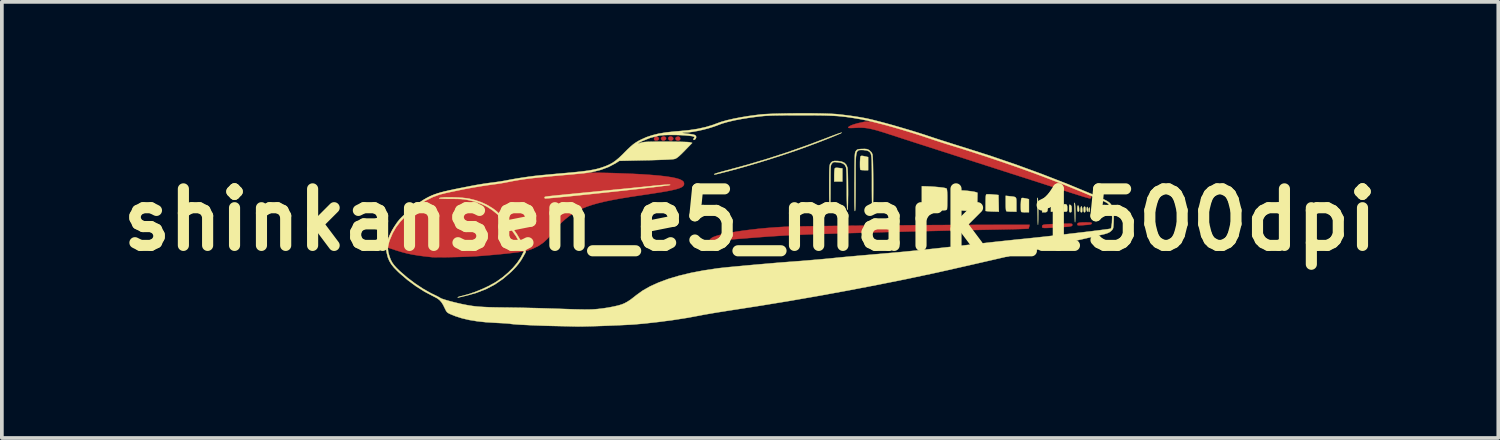
<source format=kicad_pcb>
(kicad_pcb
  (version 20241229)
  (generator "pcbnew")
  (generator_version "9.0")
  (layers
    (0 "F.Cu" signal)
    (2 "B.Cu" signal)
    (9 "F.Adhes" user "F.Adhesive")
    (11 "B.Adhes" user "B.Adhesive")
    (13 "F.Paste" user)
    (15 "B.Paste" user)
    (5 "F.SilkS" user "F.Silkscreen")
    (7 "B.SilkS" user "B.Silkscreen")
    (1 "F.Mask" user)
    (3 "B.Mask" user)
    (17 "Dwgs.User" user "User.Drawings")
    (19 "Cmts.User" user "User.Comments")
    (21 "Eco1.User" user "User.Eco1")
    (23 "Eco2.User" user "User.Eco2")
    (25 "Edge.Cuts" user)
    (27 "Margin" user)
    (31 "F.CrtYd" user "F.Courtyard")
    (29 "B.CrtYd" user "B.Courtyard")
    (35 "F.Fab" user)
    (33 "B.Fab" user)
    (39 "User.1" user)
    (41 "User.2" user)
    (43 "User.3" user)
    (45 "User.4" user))
  (footprint "shinkansen_e5_mark_1500dpi"
    (layer "F.Cu")
    (at 17.17 2.876)
    (property "Reference" "shinkansen_e5_mark_1500dpi" (at 0 0 0) (layer "F.SilkS") (effects (font (size 1.524 1.524) (thickness 0.3))))
    (attr through_hole)
    (fp_poly (pts (xy -2.29 -2.238) (xy -2.266 -2.214) (xy -2.264 -2.183) (xy -2.279 -2.159) (xy -2.322 -2.136) (xy -2.366 -2.141) (xy -2.384 -2.154) (xy -2.403 -2.19) (xy -2.389 -2.222) (xy -2.37 -2.236) (xy -2.327 -2.247) (xy -2.29 -2.238)) (stroke (width 0.01) (type solid)) (fill yes) (layer "F.Cu"))
    (fp_poly (pts (xy -2.1 -2.236) (xy -2.07 -2.207) (xy -2.072 -2.172) (xy -2.086 -2.154) (xy -2.126 -2.135) (xy -2.171 -2.144) (xy -2.191 -2.159) (xy -2.208 -2.193) (xy -2.199 -2.222) (xy -2.171 -2.242) (xy -2.131 -2.246) (xy -2.1 -2.236)) (stroke (width 0.01) (type solid)) (fill yes) (layer "F.Cu"))
    (fp_poly (pts (xy -1.893 -2.226) (xy -1.88 -2.185) (xy -1.88 -2.184) (xy -1.893 -2.153) (xy -1.927 -2.136) (xy -1.966 -2.137) (xy -1.995 -2.154) (xy -2.014 -2.189) (xy -2 -2.221) (xy -1.973 -2.238) (xy -1.928 -2.245) (xy -1.893 -2.226)) (stroke (width 0.01) (type solid)) (fill yes) (layer "F.Cu"))
    (fp_poly (pts (xy -2.497 -2.238) (xy -2.463 -2.212) (xy -2.457 -2.182) (xy -2.472 -2.155) (xy -2.505 -2.139) (xy -2.549 -2.138) (xy -2.57 -2.145) (xy -2.588 -2.167) (xy -2.587 -2.202) (xy -2.566 -2.235) (xy -2.565 -2.236) (xy -2.535 -2.248) (xy -2.497 -2.238)) (stroke (width 0.01) (type solid)) (fill yes) (layer "F.Cu"))
    (fp_poly (pts (xy 9.131 0.069) (xy 9.178 0.072) (xy 9.203 0.079) (xy 9.212 0.091) (xy 9.212 0.093) (xy 9.208 0.107) (xy 9.192 0.118) (xy 9.16 0.127) (xy 9.106 0.134) (xy 9.025 0.14) (xy 8.979 0.144) (xy 8.905 0.148) (xy 8.859 0.148) (xy 8.834 0.145) (xy 8.824 0.135) (xy 8.822 0.121) (xy 8.828 0.099) (xy 8.848 0.084) (xy 8.888 0.075) (xy 8.951 0.07) (xy 9.043 0.068) (xy 9.055 0.068) (xy 9.131 0.069)) (stroke (width 0.01) (type solid)) (fill yes) (layer "F.Cu"))
    (fp_poly (pts (xy 8.642 0.103) (xy 8.668 0.107) (xy 8.681 0.113) (xy 8.686 0.122) (xy 8.687 0.133) (xy 8.686 0.148) (xy 8.68 0.16) (xy 8.664 0.169) (xy 8.636 0.176) (xy 8.591 0.183) (xy 8.524 0.189) (xy 8.431 0.195) (xy 8.309 0.202) (xy 8.306 0.202) (xy 8.174 0.21) (xy 8.072 0.216) (xy 7.997 0.219) (xy 7.943 0.22) (xy 7.908 0.217) (xy 7.887 0.212) (xy 7.877 0.204) (xy 7.874 0.192) (xy 7.874 0.179) (xy 7.875 0.162) (xy 7.882 0.149) (xy 7.897 0.139) (xy 7.924 0.131) (xy 7.968 0.125) (xy 8.032 0.12) (xy 8.12 0.116) (xy 8.236 0.112) (xy 8.327 0.109) (xy 8.446 0.105) (xy 8.535 0.103) (xy 8.599 0.102) (xy 8.642 0.103)) (stroke (width 0.01) (type solid)) (fill yes) (layer "F.Cu"))
    (fp_poly (pts (xy 7.536 0.135) (xy 7.525 0.182) (xy 7.514 0.219) (xy 7.507 0.237) (xy 7.489 0.239) (xy 7.441 0.242) (xy 7.366 0.244) (xy 7.27 0.248) (xy 7.155 0.251) (xy 7.026 0.254) (xy 6.895 0.257) (xy 6.552 0.264) (xy 6.198 0.271) (xy 5.834 0.279) (xy 5.465 0.287) (xy 5.094 0.296) (xy 4.724 0.305) (xy 4.358 0.313) (xy 3.999 0.322) (xy 3.651 0.331) (xy 3.316 0.34) (xy 2.999 0.349) (xy 2.701 0.357) (xy 2.427 0.365) (xy 2.18 0.373) (xy 1.962 0.38) (xy 1.905 0.382) (xy 1.587 0.393) (xy 1.296 0.405) (xy 1.025 0.418) (xy 0.766 0.433) (xy 0.513 0.449) (xy 0.258 0.468) (xy -0.005 0.489) (xy -0.025 0.49) (xy -0.148 0.501) (xy -0.271 0.51) (xy -0.385 0.519) (xy -0.483 0.527) (xy -0.558 0.532) (xy -0.576 0.533) (xy -0.66 0.538) (xy -0.743 0.543) (xy -0.812 0.548) (xy -0.83 0.549) (xy -0.902 0.55) (xy -0.977 0.547) (xy -1.005 0.544) (xy -1.087 0.533) (xy -1.047 0.497) (xy -0.999 0.468) (xy -0.92 0.438) (xy -0.813 0.407) (xy -0.681 0.376) (xy -0.528 0.346) (xy -0.356 0.317) (xy -0.168 0.289) (xy 0.033 0.264) (xy 0.243 0.24) (xy 0.459 0.22) (xy 0.68 0.203) (xy 0.901 0.19) (xy 0.974 0.186) (xy 1.041 0.184) (xy 1.14 0.181) (xy 1.268 0.179) (xy 1.423 0.176) (xy 1.602 0.173) (xy 1.804 0.171) (xy 2.026 0.168) (xy 2.265 0.165) (xy 2.52 0.162) (xy 2.787 0.159) (xy 3.065 0.157) (xy 3.352 0.154) (xy 3.644 0.151) (xy 3.941 0.149) (xy 4.238 0.147) (xy 4.535 0.144) (xy 4.828 0.142) (xy 5.116 0.141) (xy 5.395 0.139) (xy 5.665 0.138) (xy 5.922 0.137) (xy 6.164 0.136) (xy 6.388 0.136) (xy 6.566 0.135) (xy 7.536 0.135)) (stroke (width 0.01) (type solid)) (fill yes) (layer "F.Cu"))
    (fp_poly (pts (xy 3.337 -2.642) (xy 3.451 -2.625) (xy 3.582 -2.597) (xy 3.734 -2.56) (xy 3.91 -2.511) (xy 4.11 -2.452) (xy 4.339 -2.38) (xy 4.472 -2.338) (xy 4.904 -2.197) (xy 5.306 -2.066) (xy 5.679 -1.945) (xy 6.023 -1.832) (xy 6.342 -1.727) (xy 6.635 -1.63) (xy 6.905 -1.54) (xy 7.153 -1.456) (xy 7.381 -1.378) (xy 7.59 -1.306) (xy 7.781 -1.239) (xy 7.956 -1.177) (xy 8.117 -1.118) (xy 8.265 -1.063) (xy 8.402 -1.011) (xy 8.528 -0.961) (xy 8.646 -0.914) (xy 8.756 -0.867) (xy 8.862 -0.822) (xy 8.963 -0.777) (xy 8.979 -0.769) (xy 9.065 -0.73) (xy 9.124 -0.701) (xy 9.162 -0.679) (xy 9.183 -0.661) (xy 9.193 -0.644) (xy 9.195 -0.624) (xy 9.195 -0.623) (xy 9.19 -0.589) (xy 9.169 -0.578) (xy 9.157 -0.577) (xy 9.132 -0.583) (xy 9.079 -0.598) (xy 9.002 -0.62) (xy 8.905 -0.65) (xy 8.791 -0.686) (xy 8.664 -0.726) (xy 8.543 -0.765) (xy 8.386 -0.815) (xy 8.205 -0.873) (xy 8.01 -0.936) (xy 7.809 -1.001) (xy 7.61 -1.065) (xy 7.423 -1.125) (xy 7.307 -1.162) (xy 7.029 -1.251) (xy 6.726 -1.349) (xy 6.405 -1.452) (xy 6.072 -1.559) (xy 5.736 -1.667) (xy 5.402 -1.775) (xy 5.078 -1.879) (xy 4.771 -1.978) (xy 4.724 -1.993) (xy 4.571 -2.042) (xy 4.403 -2.096) (xy 4.228 -2.153) (xy 4.058 -2.208) (xy 3.902 -2.259) (xy 3.793 -2.294) (xy 3.625 -2.349) (xy 3.484 -2.392) (xy 3.364 -2.426) (xy 3.262 -2.451) (xy 3.172 -2.469) (xy 3.09 -2.479) (xy 3.01 -2.484) (xy 2.927 -2.484) (xy 2.847 -2.48) (xy 2.758 -2.476) (xy 2.698 -2.475) (xy 2.663 -2.477) (xy 2.647 -2.483) (xy 2.645 -2.492) (xy 2.669 -2.517) (xy 2.724 -2.546) (xy 2.804 -2.575) (xy 2.908 -2.604) (xy 3.031 -2.631) (xy 3.084 -2.642) (xy 3.157 -2.65) (xy 3.24 -2.651) (xy 3.337 -2.642)) (stroke (width 0.01) (type solid)) (fill yes) (layer "F.Cu"))
    (fp_poly (pts (xy -4.006 -1.267) (xy -3.841 -1.264) (xy -3.659 -1.259) (xy -3.495 -1.253) (xy -3.186 -1.241) (xy -2.91 -1.227) (xy -2.667 -1.21) (xy -2.455 -1.192) (xy -2.273 -1.171) (xy -2.121 -1.148) (xy -1.999 -1.123) (xy -1.904 -1.095) (xy -1.838 -1.064) (xy -1.797 -1.031) (xy -1.784 -1.006) (xy -1.779 -0.973) (xy -1.783 -0.943) (xy -1.798 -0.916) (xy -1.825 -0.891) (xy -1.868 -0.868) (xy -1.927 -0.845) (xy -2.006 -0.822) (xy -2.106 -0.799) (xy -2.23 -0.774) (xy -2.38 -0.748) (xy -2.557 -0.72) (xy -2.763 -0.688) (xy -2.955 -0.66) (xy -3.24 -0.617) (xy -3.495 -0.575) (xy -3.721 -0.533) (xy -3.922 -0.492) (xy -4.101 -0.448) (xy -4.259 -0.403) (xy -4.401 -0.355) (xy -4.528 -0.303) (xy -4.644 -0.247) (xy -4.752 -0.185) (xy -4.853 -0.118) (xy -4.883 -0.096) (xy -4.993 -0.009) (xy -5.094 0.083) (xy -5.192 0.187) (xy -5.295 0.31) (xy -5.341 0.37) (xy -5.455 0.504) (xy -5.571 0.612) (xy -5.699 0.7) (xy -5.845 0.772) (xy -5.994 0.827) (xy -6.051 0.841) (xy -6.14 0.856) (xy -6.257 0.873) (xy -6.401 0.891) (xy -6.569 0.91) (xy -6.759 0.929) (xy -6.968 0.948) (xy -7.193 0.967) (xy -7.281 0.974) (xy -7.379 0.981) (xy -7.496 0.987) (xy -7.628 0.993) (xy -7.769 0.998) (xy -7.914 1.003) (xy -8.058 1.006) (xy -8.195 1.009) (xy -8.32 1.01) (xy -8.428 1.01) (xy -8.514 1.009) (xy -8.571 1.007) (xy -8.577 1.006) (xy -8.78 0.984) (xy -8.957 0.96) (xy -9.114 0.934) (xy -9.259 0.903) (xy -9.399 0.866) (xy -9.541 0.823) (xy -9.557 0.818) (xy -9.792 0.74) (xy -9.782 0.659) (xy -9.76 0.552) (xy -9.721 0.435) (xy -9.67 0.321) (xy -9.626 0.244) (xy -9.589 0.195) (xy -9.531 0.128) (xy -9.459 0.049) (xy -9.376 -0.038) (xy -9.289 -0.127) (xy -9.201 -0.214) (xy -9.117 -0.293) (xy -9.044 -0.359) (xy -8.985 -0.407) (xy -8.983 -0.408) (xy -8.79 -0.538) (xy -8.593 -0.64) (xy -8.382 -0.718) (xy -8.289 -0.744) (xy -8.22 -0.76) (xy -8.122 -0.78) (xy -7.998 -0.803) (xy -7.852 -0.83) (xy -7.688 -0.859) (xy -7.51 -0.889) (xy -7.322 -0.921) (xy -7.127 -0.953) (xy -6.929 -0.984) (xy -6.732 -1.015) (xy -6.541 -1.045) (xy -6.359 -1.072) (xy -6.189 -1.097) (xy -6.036 -1.119) (xy -5.903 -1.136) (xy -5.795 -1.149) (xy -5.783 -1.15) (xy -5.528 -1.177) (xy -5.302 -1.2) (xy -5.101 -1.22) (xy -4.92 -1.235) (xy -4.755 -1.248) (xy -4.601 -1.257) (xy -4.453 -1.264) (xy -4.308 -1.267) (xy -4.161 -1.268) (xy -4.006 -1.267)) (stroke (width 0.01) (type solid)) (fill yes) (layer "F.Cu"))
    (fp_poly (pts (xy -2.29 -2.238) (xy -2.266 -2.214) (xy -2.264 -2.183) (xy -2.279 -2.159) (xy -2.322 -2.136) (xy -2.366 -2.141) (xy -2.384 -2.154) (xy -2.403 -2.19) (xy -2.389 -2.222) (xy -2.37 -2.236) (xy -2.327 -2.247) (xy -2.29 -2.238)) (stroke (width 0.01) (type solid)) (fill yes) (layer "F.Mask"))
    (fp_poly (pts (xy -2.1 -2.236) (xy -2.07 -2.207) (xy -2.072 -2.172) (xy -2.086 -2.154) (xy -2.126 -2.135) (xy -2.171 -2.144) (xy -2.191 -2.159) (xy -2.208 -2.193) (xy -2.199 -2.222) (xy -2.171 -2.242) (xy -2.131 -2.246) (xy -2.1 -2.236)) (stroke (width 0.01) (type solid)) (fill yes) (layer "F.Mask"))
    (fp_poly (pts (xy -1.893 -2.226) (xy -1.88 -2.185) (xy -1.88 -2.184) (xy -1.893 -2.153) (xy -1.927 -2.136) (xy -1.966 -2.137) (xy -1.995 -2.154) (xy -2.014 -2.189) (xy -2 -2.221) (xy -1.973 -2.238) (xy -1.928 -2.245) (xy -1.893 -2.226)) (stroke (width 0.01) (type solid)) (fill yes) (layer "F.Mask"))
    (fp_poly (pts (xy -2.497 -2.238) (xy -2.463 -2.212) (xy -2.457 -2.182) (xy -2.472 -2.155) (xy -2.505 -2.139) (xy -2.549 -2.138) (xy -2.57 -2.145) (xy -2.588 -2.167) (xy -2.587 -2.202) (xy -2.566 -2.235) (xy -2.565 -2.236) (xy -2.535 -2.248) (xy -2.497 -2.238)) (stroke (width 0.01) (type solid)) (fill yes) (layer "F.Mask"))
    (fp_poly (pts (xy 9.131 0.069) (xy 9.178 0.072) (xy 9.203 0.079) (xy 9.212 0.091) (xy 9.212 0.093) (xy 9.208 0.107) (xy 9.192 0.118) (xy 9.16 0.127) (xy 9.106 0.134) (xy 9.025 0.14) (xy 8.979 0.144) (xy 8.905 0.148) (xy 8.859 0.148) (xy 8.834 0.145) (xy 8.824 0.135) (xy 8.822 0.121) (xy 8.828 0.099) (xy 8.848 0.084) (xy 8.888 0.075) (xy 8.951 0.07) (xy 9.043 0.068) (xy 9.055 0.068) (xy 9.131 0.069)) (stroke (width 0.01) (type solid)) (fill yes) (layer "F.Mask"))
    (fp_poly (pts (xy 8.642 0.103) (xy 8.668 0.107) (xy 8.681 0.113) (xy 8.686 0.122) (xy 8.687 0.133) (xy 8.686 0.148) (xy 8.68 0.16) (xy 8.664 0.169) (xy 8.636 0.176) (xy 8.591 0.183) (xy 8.524 0.189) (xy 8.431 0.195) (xy 8.309 0.202) (xy 8.306 0.202) (xy 8.174 0.21) (xy 8.072 0.216) (xy 7.997 0.219) (xy 7.943 0.22) (xy 7.908 0.217) (xy 7.887 0.212) (xy 7.877 0.204) (xy 7.874 0.192) (xy 7.874 0.179) (xy 7.875 0.162) (xy 7.882 0.149) (xy 7.897 0.139) (xy 7.924 0.131) (xy 7.968 0.125) (xy 8.032 0.12) (xy 8.12 0.116) (xy 8.236 0.112) (xy 8.327 0.109) (xy 8.446 0.105) (xy 8.535 0.103) (xy 8.599 0.102) (xy 8.642 0.103)) (stroke (width 0.01) (type solid)) (fill yes) (layer "F.Mask"))
    (fp_poly (pts (xy 7.536 0.135) (xy 7.525 0.182) (xy 7.514 0.219) (xy 7.507 0.237) (xy 7.489 0.239) (xy 7.441 0.242) (xy 7.366 0.244) (xy 7.27 0.248) (xy 7.155 0.251) (xy 7.026 0.254) (xy 6.895 0.257) (xy 6.552 0.264) (xy 6.198 0.271) (xy 5.834 0.279) (xy 5.465 0.287) (xy 5.094 0.296) (xy 4.724 0.305) (xy 4.358 0.313) (xy 3.999 0.322) (xy 3.651 0.331) (xy 3.316 0.34) (xy 2.999 0.349) (xy 2.701 0.357) (xy 2.427 0.365) (xy 2.18 0.373) (xy 1.962 0.38) (xy 1.905 0.382) (xy 1.587 0.393) (xy 1.296 0.405) (xy 1.025 0.418) (xy 0.766 0.433) (xy 0.513 0.449) (xy 0.258 0.468) (xy -0.005 0.489) (xy -0.025 0.49) (xy -0.148 0.501) (xy -0.271 0.51) (xy -0.385 0.519) (xy -0.483 0.527) (xy -0.558 0.532) (xy -0.576 0.533) (xy -0.66 0.538) (xy -0.743 0.543) (xy -0.812 0.548) (xy -0.83 0.549) (xy -0.902 0.55) (xy -0.977 0.547) (xy -1.005 0.544) (xy -1.087 0.533) (xy -1.047 0.497) (xy -0.999 0.468) (xy -0.92 0.438) (xy -0.813 0.407) (xy -0.681 0.376) (xy -0.528 0.346) (xy -0.356 0.317) (xy -0.168 0.289) (xy 0.033 0.264) (xy 0.243 0.24) (xy 0.459 0.22) (xy 0.68 0.203) (xy 0.901 0.19) (xy 0.974 0.186) (xy 1.041 0.184) (xy 1.14 0.181) (xy 1.268 0.179) (xy 1.423 0.176) (xy 1.602 0.173) (xy 1.804 0.171) (xy 2.026 0.168) (xy 2.265 0.165) (xy 2.52 0.162) (xy 2.787 0.159) (xy 3.065 0.157) (xy 3.352 0.154) (xy 3.644 0.151) (xy 3.941 0.149) (xy 4.238 0.147) (xy 4.535 0.144) (xy 4.828 0.142) (xy 5.116 0.141) (xy 5.395 0.139) (xy 5.665 0.138) (xy 5.922 0.137) (xy 6.164 0.136) (xy 6.388 0.136) (xy 6.566 0.135) (xy 7.536 0.135)) (stroke (width 0.01) (type solid)) (fill yes) (layer "F.Mask"))
    (fp_poly (pts (xy 8.399 -0.22) (xy 8.296 -0.22) (xy 8.301 -0.326) (xy 8.304 -0.384) (xy 8.311 -0.416) (xy 8.324 -0.431) (xy 8.348 -0.437) (xy 8.352 -0.437) (xy 8.399 -0.443) (xy 8.399 -0.22)) (stroke (width 0.01) (type solid)) (fill yes) (layer "F.SilkS"))
    (fp_poly (pts (xy 2.394 -1.398) (xy 2.489 -1.386) (xy 2.489 -1.033) (xy 2.269 -1.033) (xy 2.269 -1.198) (xy 2.271 -1.271) (xy 2.275 -1.333) (xy 2.281 -1.375) (xy 2.284 -1.386) (xy 2.303 -1.4) (xy 2.339 -1.403) (xy 2.394 -1.398)) (stroke (width 0.01) (type solid)) (fill yes) (layer "F.SilkS"))
    (fp_poly (pts (xy 8.852 -0.379) (xy 8.865 -0.342) (xy 8.87 -0.299) (xy 8.871 -0.249) (xy 8.863 -0.226) (xy 8.849 -0.22) (xy 8.832 -0.228) (xy 8.824 -0.257) (xy 8.822 -0.306) (xy 8.827 -0.362) (xy 8.838 -0.386) (xy 8.852 -0.379)) (stroke (width 0.01) (type solid)) (fill yes) (layer "F.SilkS"))
    (fp_poly (pts (xy 8.943 -0.349) (xy 8.952 -0.31) (xy 8.954 -0.284) (xy 8.955 -0.234) (xy 8.949 -0.209) (xy 8.932 -0.203) (xy 8.916 -0.21) (xy 8.909 -0.235) (xy 8.91 -0.284) (xy 8.916 -0.331) (xy 8.926 -0.36) (xy 8.932 -0.364) (xy 8.943 -0.349)) (stroke (width 0.01) (type solid)) (fill yes) (layer "F.SilkS"))
    (fp_poly (pts (xy 9.034 -0.346) (xy 9.041 -0.312) (xy 9.042 -0.279) (xy 9.039 -0.229) (xy 9.028 -0.206) (xy 9.017 -0.203) (xy 9 -0.213) (xy 8.993 -0.247) (xy 8.992 -0.279) (xy 8.995 -0.33) (xy 9.006 -0.353) (xy 9.017 -0.356) (xy 9.034 -0.346)) (stroke (width 0.01) (type solid)) (fill yes) (layer "F.SilkS"))
    (fp_poly (pts (xy 9.093 -0.347) (xy 9.105 -0.325) (xy 9.11 -0.284) (xy 9.11 -0.278) (xy 9.106 -0.24) (xy 9.095 -0.221) (xy 9.093 -0.22) (xy 9.083 -0.235) (xy 9.077 -0.273) (xy 9.076 -0.289) (xy 9.08 -0.332) (xy 9.089 -0.348) (xy 9.093 -0.347)) (stroke (width 0.01) (type solid)) (fill yes) (layer "F.SilkS"))
    (fp_poly (pts (xy 9.156 -0.323) (xy 9.161 -0.289) (xy 9.161 -0.281) (xy 9.157 -0.239) (xy 9.146 -0.213) (xy 9.144 -0.212) (xy 9.132 -0.219) (xy 9.127 -0.253) (xy 9.127 -0.26) (xy 9.131 -0.303) (xy 9.142 -0.329) (xy 9.144 -0.33) (xy 9.156 -0.323)) (stroke (width 0.01) (type solid)) (fill yes) (layer "F.SilkS"))
    (fp_poly (pts (xy 8.186 -0.467) (xy 8.21 -0.46) (xy 8.223 -0.446) (xy 8.228 -0.418) (xy 8.227 -0.368) (xy 8.226 -0.342) (xy 8.221 -0.229) (xy 8.166 -0.223) (xy 8.111 -0.218) (xy 8.111 -0.325) (xy 8.114 -0.4) (xy 8.124 -0.446) (xy 8.143 -0.468) (xy 8.174 -0.47) (xy 8.186 -0.467)) (stroke (width 0.01) (type solid)) (fill yes) (layer "F.SilkS"))
    (fp_poly (pts (xy 8.522 -0.414) (xy 8.525 -0.413) (xy 8.541 -0.396) (xy 8.55 -0.357) (xy 8.551 -0.311) (xy 8.55 -0.259) (xy 8.545 -0.232) (xy 8.529 -0.222) (xy 8.501 -0.22) (xy 8.45 -0.22) (xy 8.45 -0.322) (xy 8.452 -0.383) (xy 8.462 -0.415) (xy 8.484 -0.424) (xy 8.522 -0.414)) (stroke (width 0.01) (type solid)) (fill yes) (layer "F.SilkS"))
    (fp_poly (pts (xy 8.643 -0.398) (xy 8.663 -0.368) (xy 8.67 -0.311) (xy 8.67 -0.295) (xy 8.668 -0.241) (xy 8.662 -0.214) (xy 8.647 -0.204) (xy 8.636 -0.203) (xy 8.617 -0.207) (xy 8.607 -0.223) (xy 8.603 -0.26) (xy 8.602 -0.305) (xy 8.603 -0.358) (xy 8.606 -0.395) (xy 8.609 -0.406) (xy 8.643 -0.398)) (stroke (width 0.01) (type solid)) (fill yes) (layer "F.SilkS"))
    (fp_poly (pts (xy 7.956 -0.498) (xy 7.964 -0.497) (xy 8.026 -0.487) (xy 8.026 -0.383) (xy 8.024 -0.303) (xy 8.018 -0.251) (xy 8.004 -0.22) (xy 7.979 -0.207) (xy 7.942 -0.203) (xy 7.94 -0.203) (xy 7.874 -0.203) (xy 7.874 -0.346) (xy 7.876 -0.412) (xy 7.88 -0.465) (xy 7.886 -0.494) (xy 7.888 -0.498) (xy 7.913 -0.501) (xy 7.956 -0.498)) (stroke (width 0.01) (type solid)) (fill yes) (layer "F.SilkS"))
    (fp_poly (pts (xy 3.063 -1.718) (xy 3.089 -1.712) (xy 3.183 -1.691) (xy 3.183 -1.338) (xy 3.085 -1.338) (xy 3.03 -1.34) (xy 2.989 -1.344) (xy 2.975 -1.349) (xy 2.969 -1.371) (xy 2.965 -1.418) (xy 2.964 -1.481) (xy 2.964 -1.55) (xy 2.967 -1.616) (xy 2.971 -1.671) (xy 2.977 -1.705) (xy 2.979 -1.709) (xy 2.993 -1.722) (xy 3.018 -1.725) (xy 3.063 -1.718)) (stroke (width 0.01) (type solid)) (fill yes) (layer "F.SilkS"))
    (fp_poly (pts (xy 6.45 -0.689) (xy 6.516 -0.685) (xy 6.546 -0.682) (xy 6.697 -0.669) (xy 6.702 -0.445) (xy 6.707 -0.22) (xy 6.583 -0.223) (xy 6.513 -0.225) (xy 6.449 -0.229) (xy 6.405 -0.232) (xy 6.35 -0.239) (xy 6.35 -0.459) (xy 6.351 -0.554) (xy 6.354 -0.621) (xy 6.359 -0.662) (xy 6.367 -0.683) (xy 6.373 -0.687) (xy 6.399 -0.69) (xy 6.45 -0.689)) (stroke (width 0.01) (type solid)) (fill yes) (layer "F.SilkS"))
    (fp_poly (pts (xy 7.398 -0.583) (xy 7.424 -0.578) (xy 7.518 -0.556) (xy 7.518 -0.203) (xy 7.42 -0.203) (xy 7.364 -0.205) (xy 7.324 -0.21) (xy 7.31 -0.214) (xy 7.304 -0.237) (xy 7.3 -0.284) (xy 7.299 -0.347) (xy 7.299 -0.416) (xy 7.302 -0.482) (xy 7.306 -0.536) (xy 7.312 -0.57) (xy 7.314 -0.575) (xy 7.328 -0.587) (xy 7.353 -0.59) (xy 7.398 -0.583)) (stroke (width 0.01) (type solid)) (fill yes) (layer "F.SilkS"))
    (fp_poly (pts (xy 6.998 -0.636) (xy 7.074 -0.628) (xy 7.126 -0.619) (xy 7.157 -0.605) (xy 7.173 -0.577) (xy 7.179 -0.531) (xy 7.18 -0.461) (xy 7.18 -0.413) (xy 7.18 -0.22) (xy 7.057 -0.221) (xy 6.994 -0.223) (xy 6.942 -0.227) (xy 6.914 -0.231) (xy 6.913 -0.231) (xy 6.903 -0.247) (xy 6.897 -0.286) (xy 6.893 -0.352) (xy 6.892 -0.444) (xy 6.892 -0.648) (xy 6.998 -0.636)) (stroke (width 0.01) (type solid)) (fill yes) (layer "F.SilkS"))
    (fp_poly (pts (xy 8.751 -0.456) (xy 8.755 -0.445) (xy 8.761 -0.408) (xy 8.765 -0.344) (xy 8.768 -0.26) (xy 8.768 -0.162) (xy 8.767 -0.115) (xy 8.765 -0.033) (xy 8.763 0.026) (xy 8.761 0.059) (xy 8.76 0.064) (xy 8.758 0.041) (xy 8.756 -0.026) (xy 8.753 -0.114) (xy 8.749 -0.211) (xy 8.746 -0.289) (xy 8.743 -0.376) (xy 8.743 -0.431) (xy 8.745 -0.457) (xy 8.751 -0.456)) (stroke (width 0.01) (type solid)) (fill yes) (layer "F.SilkS"))
    (fp_poly (pts (xy 7.753 -0.584) (xy 7.756 -0.572) (xy 7.761 -0.531) (xy 7.765 -0.463) (xy 7.767 -0.374) (xy 7.769 -0.269) (xy 7.769 -0.156) (xy 7.768 -0.115) (xy 7.767 -0.017) (xy 7.765 0.059) (xy 7.763 0.11) (xy 7.762 0.133) (xy 7.76 0.127) (xy 7.759 0.102) (xy 7.757 0.028) (xy 7.755 -0.069) (xy 7.752 -0.18) (xy 7.749 -0.294) (xy 7.747 -0.356) (xy 7.745 -0.461) (xy 7.744 -0.535) (xy 7.745 -0.579) (xy 7.748 -0.594) (xy 7.753 -0.584)) (stroke (width 0.01) (type solid)) (fill yes) (layer "F.SilkS"))
    (fp_poly (pts (xy 5.733 -0.791) (xy 5.8 -0.787) (xy 5.854 -0.782) (xy 5.934 -0.773) (xy 6.007 -0.762) (xy 6.061 -0.752) (xy 6.085 -0.746) (xy 6.131 -0.729) (xy 6.126 -0.487) (xy 6.121 -0.246) (xy 5.952 -0.243) (xy 5.871 -0.244) (xy 5.795 -0.246) (xy 5.735 -0.25) (xy 5.715 -0.252) (xy 5.647 -0.262) (xy 5.643 -0.508) (xy 5.643 -0.597) (xy 5.644 -0.675) (xy 5.647 -0.735) (xy 5.652 -0.771) (xy 5.654 -0.777) (xy 5.666 -0.787) (xy 5.691 -0.791) (xy 5.733 -0.791)) (stroke (width 0.01) (type solid)) (fill yes) (layer "F.SilkS"))
    (fp_poly (pts (xy 4.784 -0.901) (xy 4.896 -0.896) (xy 5.004 -0.888) (xy 5.104 -0.879) (xy 5.188 -0.869) (xy 5.252 -0.858) (xy 5.289 -0.848) (xy 5.294 -0.845) (xy 5.304 -0.828) (xy 5.31 -0.793) (xy 5.314 -0.737) (xy 5.317 -0.653) (xy 5.317 -0.567) (xy 5.316 -0.475) (xy 5.315 -0.393) (xy 5.312 -0.329) (xy 5.309 -0.29) (xy 5.307 -0.281) (xy 5.299 -0.271) (xy 5.281 -0.264) (xy 5.249 -0.259) (xy 5.197 -0.257) (xy 5.121 -0.255) (xy 5.016 -0.256) (xy 5.006 -0.256) (xy 4.907 -0.257) (xy 4.818 -0.259) (xy 4.744 -0.262) (xy 4.693 -0.266) (xy 4.674 -0.269) (xy 4.631 -0.281) (xy 4.631 -0.906) (xy 4.784 -0.901)) (stroke (width 0.01) (type solid)) (fill yes) (layer "F.SilkS"))
    (fp_poly (pts (xy 2.463 -2.343) (xy 2.428 -2.325) (xy 2.368 -2.299) (xy 2.287 -2.265) (xy 2.189 -2.225) (xy 2.076 -2.18) (xy 1.953 -2.132) (xy 1.824 -2.082) (xy 1.691 -2.032) (xy 1.558 -1.982) (xy 1.429 -1.935) (xy 1.307 -1.891) (xy 1.217 -1.86) (xy 0.914 -1.758) (xy 0.602 -1.657) (xy 0.287 -1.559) (xy -0.022 -1.467) (xy -0.319 -1.382) (xy -0.595 -1.308) (xy -0.706 -1.28) (xy -0.804 -1.255) (xy -0.873 -1.238) (xy -0.919 -1.227) (xy -0.946 -1.222) (xy -0.96 -1.222) (xy -0.965 -1.225) (xy -0.965 -1.231) (xy -0.965 -1.232) (xy -0.95 -1.24) (xy -0.906 -1.255) (xy -0.841 -1.275) (xy -0.759 -1.298) (xy -0.682 -1.319) (xy -0.097 -1.478) (xy 0.463 -1.644) (xy 1.007 -1.82) (xy 1.544 -2.009) (xy 2.074 -2.209) (xy 2.18 -2.25) (xy 2.276 -2.286) (xy 2.358 -2.316) (xy 2.421 -2.337) (xy 2.46 -2.349) (xy 2.47 -2.35) (xy 2.463 -2.343)) (stroke (width 0.01) (type solid)) (fill yes) (layer "F.SilkS"))
    (fp_poly (pts (xy -2.17 -0.947) (xy -2.152 -0.943) (xy -2.153 -0.94) (xy -2.172 -0.936) (xy -2.222 -0.928) (xy -2.301 -0.918) (xy -2.404 -0.905) (xy -2.531 -0.889) (xy -2.677 -0.872) (xy -2.84 -0.854) (xy -3.017 -0.833) (xy -3.206 -0.812) (xy -3.404 -0.79) (xy -3.607 -0.768) (xy -3.814 -0.746) (xy -4.021 -0.724) (xy -4.226 -0.702) (xy -4.426 -0.681) (xy -4.617 -0.661) (xy -4.798 -0.642) (xy -4.966 -0.625) (xy -5.117 -0.611) (xy -5.25 -0.598) (xy -5.36 -0.588) (xy -5.446 -0.581) (xy -5.505 -0.577) (xy -5.528 -0.576) (xy -5.536 -0.589) (xy -5.537 -0.6) (xy -5.538 -0.605) (xy -5.539 -0.609) (xy -5.538 -0.613) (xy -5.532 -0.617) (xy -5.52 -0.62) (xy -5.5 -0.625) (xy -5.469 -0.629) (xy -5.426 -0.635) (xy -5.367 -0.642) (xy -5.292 -0.65) (xy -5.198 -0.66) (xy -5.082 -0.671) (xy -4.943 -0.685) (xy -4.779 -0.701) (xy -4.587 -0.72) (xy -4.365 -0.741) (xy -4.149 -0.762) (xy -3.94 -0.783) (xy -3.734 -0.803) (xy -3.534 -0.823) (xy -3.344 -0.841) (xy -3.167 -0.859) (xy -3.008 -0.875) (xy -2.869 -0.889) (xy -2.755 -0.901) (xy -2.668 -0.91) (xy -2.633 -0.914) (xy -2.502 -0.928) (xy -2.387 -0.938) (xy -2.291 -0.945) (xy -2.218 -0.948) (xy -2.17 -0.947)) (stroke (width 0.01) (type solid)) (fill yes) (layer "F.SilkS"))
    (fp_poly (pts (xy 2.353 -1.586) (xy 2.381 -1.584) (xy 2.478 -1.566) (xy 2.547 -1.533) (xy 2.595 -1.481) (xy 2.623 -1.413) (xy 2.628 -1.379) (xy 2.632 -1.319) (xy 2.636 -1.237) (xy 2.638 -1.138) (xy 2.64 -1.028) (xy 2.641 -0.91) (xy 2.642 -0.789) (xy 2.642 -0.671) (xy 2.64 -0.56) (xy 2.639 -0.46) (xy 2.636 -0.377) (xy 2.632 -0.315) (xy 2.628 -0.278) (xy 2.625 -0.271) (xy 2.619 -0.288) (xy 2.615 -0.337) (xy 2.612 -0.418) (xy 2.609 -0.53) (xy 2.607 -0.672) (xy 2.607 -0.817) (xy 2.606 -0.995) (xy 2.604 -1.141) (xy 2.601 -1.255) (xy 2.597 -1.339) (xy 2.591 -1.395) (xy 2.586 -1.421) (xy 2.555 -1.478) (xy 2.508 -1.517) (xy 2.439 -1.541) (xy 2.36 -1.552) (xy 2.297 -1.557) (xy 2.259 -1.556) (xy 2.234 -1.547) (xy 2.214 -1.527) (xy 2.204 -1.515) (xy 2.194 -1.502) (xy 2.187 -1.487) (xy 2.18 -1.467) (xy 2.176 -1.439) (xy 2.172 -1.398) (xy 2.17 -1.341) (xy 2.169 -1.264) (xy 2.168 -1.165) (xy 2.168 -1.038) (xy 2.167 -0.887) (xy 2.167 -0.714) (xy 2.166 -0.57) (xy 2.163 -0.456) (xy 2.16 -0.373) (xy 2.156 -0.323) (xy 2.151 -0.305) (xy 2.151 -0.305) (xy 2.145 -0.322) (xy 2.141 -0.371) (xy 2.138 -0.453) (xy 2.136 -0.566) (xy 2.134 -0.708) (xy 2.134 -0.88) (xy 2.134 -0.881) (xy 2.134 -1.042) (xy 2.135 -1.171) (xy 2.136 -1.274) (xy 2.138 -1.353) (xy 2.141 -1.413) (xy 2.146 -1.455) (xy 2.151 -1.485) (xy 2.158 -1.505) (xy 2.159 -1.507) (xy 2.188 -1.55) (xy 2.225 -1.576) (xy 2.278 -1.587) (xy 2.353 -1.586)) (stroke (width 0.01) (type solid)) (fill yes) (layer "F.SilkS"))
    (fp_poly (pts (xy -7.968 -0.605) (xy -7.862 -0.601) (xy -7.761 -0.594) (xy -7.668 -0.584) (xy -7.591 -0.573) (xy -7.569 -0.569) (xy -7.397 -0.526) (xy -7.247 -0.474) (xy -7.108 -0.411) (xy -6.969 -0.329) (xy -6.942 -0.312) (xy -6.9 -0.282) (xy -6.857 -0.249) (xy -6.809 -0.208) (xy -6.754 -0.155) (xy -6.686 -0.088) (xy -6.603 -0.002) (xy -6.512 0.093) (xy -6.401 0.224) (xy -6.292 0.379) (xy -6.192 0.547) (xy -6.106 0.719) (xy -6.093 0.749) (xy -6.044 0.864) (xy -6.107 0.978) (xy -6.17 1.085) (xy -6.236 1.179) (xy -6.311 1.269) (xy -6.403 1.365) (xy -6.445 1.406) (xy -6.656 1.588) (xy -6.878 1.741) (xy -7.117 1.867) (xy -7.375 1.967) (xy -7.597 2.03) (xy -7.706 2.057) (xy -7.786 2.076) (xy -7.84 2.088) (xy -7.871 2.093) (xy -7.882 2.093) (xy -7.878 2.088) (xy -7.874 2.085) (xy -7.844 2.073) (xy -7.794 2.059) (xy -7.755 2.05) (xy -7.593 2.006) (xy -7.416 1.946) (xy -7.233 1.872) (xy -7.057 1.79) (xy -6.898 1.704) (xy -6.824 1.659) (xy -6.668 1.548) (xy -6.521 1.423) (xy -6.388 1.291) (xy -6.275 1.156) (xy -6.187 1.024) (xy -6.162 0.978) (xy -6.096 0.848) (xy -6.171 0.691) (xy -6.307 0.444) (xy -6.471 0.209) (xy -6.658 -0.006) (xy -6.793 -0.135) (xy -6.944 -0.258) (xy -7.091 -0.355) (xy -7.244 -0.43) (xy -7.414 -0.489) (xy -7.569 -0.527) (xy -7.643 -0.542) (xy -7.712 -0.553) (xy -7.786 -0.56) (xy -7.871 -0.564) (xy -7.977 -0.566) (xy -8.065 -0.567) (xy -8.164 -0.567) (xy -8.251 -0.569) (xy -8.319 -0.572) (xy -8.365 -0.575) (xy -8.382 -0.579) (xy -8.382 -0.579) (xy -8.366 -0.59) (xy -8.322 -0.598) (xy -8.254 -0.604) (xy -8.169 -0.607) (xy -8.072 -0.607) (xy -7.968 -0.605)) (stroke (width 0.01) (type solid)) (fill yes) (layer "F.SilkS"))
    (fp_poly (pts (xy 3.141 -1.907) (xy 3.178 -1.896) (xy 3.214 -1.875) (xy 3.216 -1.874) (xy 3.273 -1.82) (xy 3.299 -1.765) (xy 3.303 -1.734) (xy 3.307 -1.675) (xy 3.311 -1.592) (xy 3.314 -1.489) (xy 3.316 -1.371) (xy 3.318 -1.241) (xy 3.319 -1.104) (xy 3.32 -0.964) (xy 3.32 -0.824) (xy 3.319 -0.688) (xy 3.318 -0.562) (xy 3.316 -0.448) (xy 3.314 -0.352) (xy 3.311 -0.276) (xy 3.307 -0.225) (xy 3.303 -0.204) (xy 3.302 -0.203) (xy 3.297 -0.22) (xy 3.294 -0.27) (xy 3.29 -0.353) (xy 3.288 -0.467) (xy 3.286 -0.613) (xy 3.285 -0.79) (xy 3.285 -0.957) (xy 3.285 -1.147) (xy 3.284 -1.306) (xy 3.283 -1.437) (xy 3.281 -1.543) (xy 3.278 -1.627) (xy 3.273 -1.692) (xy 3.266 -1.741) (xy 3.256 -1.777) (xy 3.245 -1.804) (xy 3.23 -1.823) (xy 3.213 -1.838) (xy 3.195 -1.851) (xy 3.141 -1.871) (xy 3.06 -1.881) (xy 3.042 -1.882) (xy 2.999 -1.883) (xy 2.962 -1.882) (xy 2.932 -1.877) (xy 2.907 -1.865) (xy 2.888 -1.843) (xy 2.873 -1.808) (xy 2.862 -1.759) (xy 2.854 -1.692) (xy 2.849 -1.604) (xy 2.846 -1.493) (xy 2.845 -1.357) (xy 2.845 -1.192) (xy 2.845 -0.996) (xy 2.845 -0.991) (xy 2.844 -0.785) (xy 2.843 -0.612) (xy 2.841 -0.473) (xy 2.839 -0.366) (xy 2.836 -0.291) (xy 2.831 -0.249) (xy 2.827 -0.237) (xy 2.823 -0.252) (xy 2.819 -0.298) (xy 2.816 -0.374) (xy 2.814 -0.483) (xy 2.814 -0.623) (xy 2.814 -0.796) (xy 2.814 -1.002) (xy 2.815 -1.023) (xy 2.816 -1.207) (xy 2.817 -1.36) (xy 2.818 -1.485) (xy 2.82 -1.585) (xy 2.822 -1.664) (xy 2.824 -1.724) (xy 2.827 -1.768) (xy 2.831 -1.8) (xy 2.837 -1.822) (xy 2.843 -1.838) (xy 2.85 -1.851) (xy 2.855 -1.857) (xy 2.876 -1.882) (xy 2.899 -1.896) (xy 2.935 -1.904) (xy 2.991 -1.909) (xy 3.022 -1.91) (xy 3.093 -1.911) (xy 3.141 -1.907)) (stroke (width 0.01) (type solid)) (fill yes) (layer "F.SilkS"))
    (fp_poly (pts (xy 1.545 -2.871) (xy 1.728 -2.87) (xy 1.899 -2.867) (xy 2.055 -2.863) (xy 2.189 -2.858) (xy 2.298 -2.852) (xy 2.345 -2.848) (xy 2.531 -2.827) (xy 2.718 -2.803) (xy 2.898 -2.776) (xy 3.061 -2.748) (xy 3.178 -2.725) (xy 3.3 -2.697) (xy 3.447 -2.659) (xy 3.616 -2.615) (xy 3.798 -2.565) (xy 3.99 -2.51) (xy 4.184 -2.453) (xy 4.376 -2.396) (xy 4.559 -2.339) (xy 4.727 -2.285) (xy 4.792 -2.263) (xy 4.946 -2.212) (xy 5.121 -2.155) (xy 5.307 -2.096) (xy 5.491 -2.037) (xy 5.664 -1.983) (xy 5.774 -1.949) (xy 6.463 -1.73) (xy 7.16 -1.492) (xy 7.855 -1.238) (xy 8.539 -0.972) (xy 9.2 -0.699) (xy 9.301 -0.656) (xy 9.427 -0.601) (xy 9.526 -0.556) (xy 9.601 -0.519) (xy 9.657 -0.485) (xy 9.698 -0.453) (xy 9.727 -0.419) (xy 9.748 -0.38) (xy 9.766 -0.333) (xy 9.779 -0.295) (xy 9.792 -0.245) (xy 9.8 -0.19) (xy 9.803 -0.123) (xy 9.803 -0.034) (xy 9.802 0.017) (xy 9.798 0.108) (xy 9.794 0.171) (xy 9.789 0.214) (xy 9.78 0.243) (xy 9.766 0.265) (xy 9.753 0.28) (xy 9.718 0.313) (xy 9.68 0.339) (xy 9.63 0.361) (xy 9.563 0.382) (xy 9.471 0.404) (xy 9.429 0.413) (xy 9.387 0.423) (xy 9.315 0.439) (xy 9.214 0.462) (xy 9.087 0.491) (xy 8.937 0.526) (xy 8.765 0.565) (xy 8.575 0.609) (xy 8.368 0.657) (xy 8.148 0.708) (xy 7.915 0.762) (xy 7.673 0.818) (xy 7.425 0.875) (xy 7.366 0.889) (xy 7.107 0.949) (xy 6.849 1.008) (xy 6.594 1.067) (xy 6.345 1.124) (xy 6.106 1.179) (xy 5.879 1.231) (xy 5.667 1.279) (xy 5.474 1.323) (xy 5.302 1.362) (xy 5.154 1.395) (xy 5.033 1.422) (xy 4.945 1.441) (xy 4.2 1.599) (xy 3.43 1.753) (xy 2.643 1.904) (xy 1.85 2.049) (xy 1.057 2.187) (xy 0.275 2.315) (xy -0.398 2.42) (xy -0.558 2.444) (xy -0.718 2.47) (xy -0.872 2.494) (xy -1.016 2.518) (xy -1.143 2.54) (xy -1.248 2.558) (xy -1.325 2.573) (xy -1.329 2.574) (xy -1.682 2.64) (xy -2.059 2.699) (xy -2.449 2.751) (xy -2.843 2.795) (xy -3.124 2.82) (xy -3.199 2.825) (xy -3.298 2.83) (xy -3.417 2.836) (xy -3.55 2.842) (xy -3.694 2.848) (xy -3.844 2.854) (xy -3.995 2.86) (xy -4.143 2.865) (xy -4.283 2.869) (xy -4.411 2.872) (xy -4.522 2.875) (xy -4.611 2.876) (xy -4.674 2.876) (xy -4.699 2.875) (xy -4.724 2.874) (xy -4.778 2.873) (xy -4.857 2.871) (xy -4.958 2.868) (xy -5.076 2.866) (xy -5.206 2.863) (xy -5.3 2.861) (xy -5.457 2.857) (xy -5.615 2.852) (xy -5.771 2.846) (xy -5.92 2.84) (xy -6.059 2.833) (xy -6.184 2.827) (xy -6.292 2.82) (xy -6.378 2.813) (xy -6.438 2.807) (xy -6.469 2.802) (xy -6.472 2.8) (xy -6.492 2.798) (xy -6.54 2.794) (xy -6.612 2.789) (xy -6.703 2.784) (xy -6.808 2.779) (xy -6.853 2.776) (xy -7.12 2.76) (xy -7.357 2.734) (xy -7.571 2.699) (xy -7.764 2.654) (xy -7.94 2.598) (xy -8.05 2.554) (xy -8.112 2.527) (xy -8.152 2.503) (xy -8.18 2.476) (xy -8.204 2.435) (xy -8.226 2.39) (xy -8.275 2.29) (xy -8.323 2.216) (xy -8.375 2.159) (xy -8.44 2.112) (xy -8.523 2.068) (xy -8.541 2.059) (xy -8.772 1.938) (xy -9.006 1.79) (xy -9.233 1.622) (xy -9.445 1.44) (xy -9.502 1.386) (xy -9.599 1.287) (xy -9.671 1.197) (xy -9.725 1.107) (xy -9.765 1.009) (xy -9.794 0.892) (xy -9.813 0.792) (xy -9.812 0.775) (xy -9.764 0.775) (xy -9.754 0.867) (xy -9.725 0.974) (xy -9.718 0.995) (xy -9.686 1.079) (xy -9.647 1.152) (xy -9.597 1.222) (xy -9.531 1.296) (xy -9.445 1.38) (xy -9.25 1.55) (xy -9.039 1.71) (xy -8.821 1.855) (xy -8.604 1.978) (xy -8.501 2.028) (xy -8.438 2.058) (xy -8.386 2.086) (xy -8.352 2.105) (xy -8.348 2.108) (xy -8.32 2.123) (xy -8.264 2.142) (xy -8.187 2.166) (xy -8.095 2.192) (xy -7.992 2.219) (xy -7.885 2.245) (xy -7.789 2.267) (xy -7.682 2.289) (xy -7.583 2.307) (xy -7.488 2.322) (xy -7.39 2.334) (xy -7.285 2.343) (xy -7.17 2.35) (xy -7.038 2.356) (xy -6.884 2.36) (xy -6.705 2.363) (xy -6.579 2.364) (xy -6.396 2.367) (xy -6.192 2.37) (xy -5.977 2.375) (xy -5.761 2.38) (xy -5.554 2.386) (xy -5.366 2.392) (xy -5.292 2.394) (xy -5.083 2.401) (xy -4.905 2.407) (xy -4.754 2.412) (xy -4.626 2.415) (xy -4.519 2.417) (xy -4.428 2.418) (xy -4.351 2.418) (xy -4.283 2.416) (xy -4.222 2.413) (xy -4.164 2.409) (xy -4.105 2.404) (xy -3.962 2.387) (xy -3.817 2.365) (xy -3.678 2.338) (xy -3.556 2.31) (xy -3.465 2.283) (xy -3.388 2.252) (xy -3.31 2.21) (xy -3.225 2.155) (xy -3.127 2.08) (xy -3.062 2.028) (xy -2.892 1.906) (xy -2.691 1.792) (xy -2.46 1.688) (xy -2.199 1.592) (xy -1.91 1.506) (xy -1.594 1.43) (xy -1.253 1.365) (xy -0.887 1.31) (xy -0.849 1.305) (xy -0.781 1.297) (xy -0.683 1.287) (xy -0.56 1.274) (xy -0.417 1.261) (xy -0.258 1.246) (xy -0.087 1.23) (xy 0.09 1.214) (xy 0.271 1.198) (xy 0.449 1.183) (xy 0.622 1.168) (xy 0.783 1.154) (xy 0.93 1.143) (xy 1.056 1.133) (xy 1.143 1.127) (xy 1.257 1.118) (xy 1.392 1.108) (xy 1.541 1.096) (xy 1.698 1.082) (xy 1.855 1.069) (xy 2.004 1.055) (xy 2.139 1.043) (xy 2.253 1.031) (xy 2.32 1.024) (xy 2.382 1.018) (xy 2.473 1.009) (xy 2.59 0.998) (xy 2.728 0.986) (xy 2.882 0.972) (xy 3.05 0.957) (xy 3.225 0.942) (xy 3.404 0.926) (xy 3.446 0.923) (xy 3.635 0.906) (xy 3.812 0.891) (xy 3.98 0.876) (xy 4.143 0.861) (xy 4.304 0.845) (xy 4.467 0.829) (xy 4.635 0.812) (xy 4.814 0.793) (xy 5.005 0.773) (xy 5.213 0.75) (xy 5.442 0.725) (xy 5.695 0.697) (xy 5.975 0.665) (xy 6.155 0.645) (xy 6.332 0.625) (xy 6.516 0.604) (xy 6.701 0.584) (xy 6.881 0.565) (xy 7.048 0.547) (xy 7.196 0.531) (xy 7.319 0.519) (xy 7.341 0.517) (xy 7.468 0.504) (xy 7.612 0.489) (xy 7.771 0.472) (xy 7.941 0.454) (xy 8.118 0.434) (xy 8.301 0.413) (xy 8.485 0.392) (xy 8.667 0.371) (xy 8.845 0.35) (xy 9.015 0.33) (xy 9.174 0.311) (xy 9.319 0.293) (xy 9.446 0.277) (xy 9.554 0.263) (xy 9.638 0.252) (xy 9.696 0.243) (xy 9.724 0.238) (xy 9.726 0.237) (xy 9.734 0.215) (xy 9.744 0.168) (xy 9.753 0.105) (xy 9.756 0.082) (xy 9.762 -0.067) (xy 9.748 -0.204) (xy 9.715 -0.324) (xy 9.692 -0.375) (xy 9.674 -0.405) (xy 9.657 -0.429) (xy 9.634 -0.45) (xy 9.599 -0.471) (xy 9.549 -0.496) (xy 9.478 -0.528) (xy 9.392 -0.565) (xy 8.934 -0.757) (xy 8.496 -0.936) (xy 8.068 -1.103) (xy 7.64 -1.264) (xy 7.203 -1.421) (xy 6.747 -1.578) (xy 6.502 -1.66) (xy 6.345 -1.713) (xy 6.183 -1.765) (xy 6.024 -1.817) (xy 5.872 -1.866) (xy 5.735 -1.909) (xy 5.618 -1.946) (xy 5.529 -1.973) (xy 5.405 -2.011) (xy 5.261 -2.055) (xy 5.111 -2.104) (xy 4.966 -2.151) (xy 4.86 -2.187) (xy 4.597 -2.274) (xy 4.334 -2.357) (xy 4.074 -2.436) (xy 3.824 -2.508) (xy 3.586 -2.573) (xy 3.365 -2.629) (xy 3.166 -2.675) (xy 2.993 -2.711) (xy 2.952 -2.718) (xy 2.821 -2.74) (xy 2.701 -2.759) (xy 2.589 -2.774) (xy 2.48 -2.787) (xy 2.369 -2.797) (xy 2.252 -2.805) (xy 2.125 -2.81) (xy 1.983 -2.815) (xy 1.822 -2.817) (xy 1.637 -2.819) (xy 1.423 -2.819) (xy 1.363 -2.819) (xy 1.16 -2.819) (xy 0.987 -2.818) (xy 0.84 -2.817) (xy 0.715 -2.815) (xy 0.609 -2.813) (xy 0.518 -2.809) (xy 0.437 -2.805) (xy 0.363 -2.799) (xy 0.293 -2.792) (xy 0.265 -2.789) (xy 0.017 -2.758) (xy -0.212 -2.722) (xy -0.419 -2.683) (xy -0.601 -2.64) (xy -0.754 -2.596) (xy -0.855 -2.558) (xy -0.974 -2.514) (xy -1.11 -2.471) (xy -1.256 -2.432) (xy -1.403 -2.399) (xy -1.542 -2.374) (xy -1.665 -2.358) (xy -1.749 -2.354) (xy -1.802 -2.352) (xy -1.823 -2.348) (xy -1.812 -2.341) (xy -1.771 -2.333) (xy -1.7 -2.323) (xy -1.677 -2.32) (xy -1.591 -2.309) (xy -1.532 -2.299) (xy -1.495 -2.288) (xy -1.472 -2.274) (xy -1.457 -2.254) (xy -1.456 -2.253) (xy -1.453 -2.221) (xy -1.467 -2.187) (xy -1.491 -2.161) (xy -1.517 -2.155) (xy -1.521 -2.157) (xy -1.53 -2.174) (xy -1.515 -2.196) (xy -1.499 -2.224) (xy -1.503 -2.238) (xy -1.532 -2.25) (xy -1.589 -2.261) (xy -1.669 -2.27) (xy -1.766 -2.278) (xy -1.875 -2.284) (xy -1.991 -2.288) (xy -2.107 -2.289) (xy -2.218 -2.288) (xy -2.319 -2.284) (xy -2.404 -2.277) (xy -2.455 -2.27) (xy -2.689 -2.211) (xy -2.905 -2.124) (xy -2.909 -2.122) (xy -2.965 -2.094) (xy -3.006 -2.071) (xy -3.026 -2.057) (xy -3.027 -2.056) (xy -3.009 -2.058) (xy -2.969 -2.068) (xy -2.937 -2.079) (xy -2.91 -2.087) (xy -2.879 -2.093) (xy -2.838 -2.098) (xy -2.784 -2.102) (xy -2.714 -2.104) (xy -2.624 -2.106) (xy -2.51 -2.107) (xy -2.368 -2.107) (xy -2.269 -2.107) (xy -2.129 -2.107) (xy -1.997 -2.105) (xy -1.878 -2.103) (xy -1.776 -2.1) (xy -1.696 -2.097) (xy -1.642 -2.093) (xy -1.622 -2.09) (xy -1.559 -2.074) (xy -1.757 -1.87) (xy -1.841 -1.785) (xy -1.907 -1.723) (xy -1.958 -1.681) (xy -1.998 -1.655) (xy -2.024 -1.644) (xy -2.057 -1.637) (xy -2.118 -1.631) (xy -2.207 -1.625) (xy -2.325 -1.62) (xy -2.474 -1.615) (xy -2.654 -1.609) (xy -2.807 -1.606) (xy -3.524 -1.59) (xy -3.633 -1.521) (xy -3.813 -1.426) (xy -4.019 -1.349) (xy -4.248 -1.291) (xy -4.36 -1.272) (xy -4.408 -1.266) (xy -4.484 -1.257) (xy -4.583 -1.247) (xy -4.698 -1.236) (xy -4.825 -1.224) (xy -4.957 -1.212) (xy -4.97 -1.211) (xy -5.223 -1.189) (xy -5.445 -1.168) (xy -5.641 -1.148) (xy -5.814 -1.13) (xy -5.968 -1.112) (xy -6.106 -1.093) (xy -6.232 -1.074) (xy -6.349 -1.054) (xy -6.461 -1.033) (xy -6.54 -1.017) (xy -6.623 -1.001) (xy -6.726 -0.983) (xy -6.833 -0.967) (xy -6.909 -0.957) (xy -7.074 -0.934) (xy -7.252 -0.907) (xy -7.434 -0.877) (xy -7.608 -0.846) (xy -7.763 -0.816) (xy -7.815 -0.805) (xy -7.915 -0.784) (xy -8.025 -0.761) (xy -8.129 -0.739) (xy -8.172 -0.731) (xy -8.366 -0.682) (xy -8.55 -0.615) (xy -8.73 -0.526) (xy -8.908 -0.413) (xy -9.09 -0.273) (xy -9.28 -0.105) (xy -9.425 0.045) (xy -9.542 0.197) (xy -9.636 0.36) (xy -9.713 0.542) (xy -9.727 0.584) (xy -9.755 0.685) (xy -9.764 0.775) (xy -9.812 0.775) (xy -9.812 0.721) (xy -9.793 0.629) (xy -9.758 0.523) (xy -9.71 0.408) (xy -9.651 0.291) (xy -9.585 0.176) (xy -9.514 0.07) (xy -9.444 -0.017) (xy -9.375 -0.088) (xy -9.286 -0.17) (xy -9.185 -0.258) (xy -9.079 -0.344) (xy -8.978 -0.421) (xy -8.901 -0.476) (xy -8.804 -0.538) (xy -8.713 -0.591) (xy -8.622 -0.637) (xy -8.527 -0.677) (xy -8.423 -0.713) (xy -8.304 -0.747) (xy -8.165 -0.781) (xy -8.001 -0.817) (xy -7.865 -0.845) (xy -7.691 -0.879) (xy -7.544 -0.908) (xy -7.419 -0.932) (xy -7.31 -0.951) (xy -7.212 -0.967) (xy -7.12 -0.981) (xy -7.027 -0.994) (xy -6.929 -1.006) (xy -6.924 -1.007) (xy -6.821 -1.021) (xy -6.711 -1.037) (xy -6.607 -1.055) (xy -6.543 -1.067) (xy -6.424 -1.09) (xy -6.282 -1.114) (xy -6.126 -1.139) (xy -5.966 -1.162) (xy -5.813 -1.182) (xy -5.675 -1.197) (xy -5.639 -1.201) (xy -5.569 -1.207) (xy -5.472 -1.216) (xy -5.355 -1.227) (xy -5.225 -1.239) (xy -5.088 -1.251) (xy -4.961 -1.262) (xy -4.764 -1.28) (xy -4.597 -1.297) (xy -4.455 -1.314) (xy -4.333 -1.331) (xy -4.228 -1.35) (xy -4.134 -1.37) (xy -4.049 -1.393) (xy -3.967 -1.42) (xy -3.883 -1.451) (xy -3.878 -1.453) (xy -3.786 -1.493) (xy -3.702 -1.54) (xy -3.62 -1.598) (xy -3.533 -1.671) (xy -3.434 -1.765) (xy -3.387 -1.813) (xy -3.294 -1.906) (xy -3.216 -1.978) (xy -3.148 -2.036) (xy -3.081 -2.083) (xy -3.01 -2.126) (xy -2.938 -2.163) (xy -2.793 -2.228) (xy -2.636 -2.28) (xy -2.462 -2.323) (xy -2.265 -2.356) (xy -2.043 -2.38) (xy -1.939 -2.388) (xy -1.664 -2.414) (xy -1.417 -2.451) (xy -1.195 -2.5) (xy -0.994 -2.561) (xy -0.899 -2.597) (xy -0.776 -2.641) (xy -0.623 -2.684) (xy -0.446 -2.725) (xy -0.249 -2.763) (xy -0.035 -2.798) (xy 0.189 -2.828) (xy 0.288 -2.84) (xy 0.379 -2.848) (xy 0.499 -2.854) (xy 0.643 -2.86) (xy 0.805 -2.864) (xy 0.982 -2.868) (xy 1.167 -2.87) (xy 1.357 -2.871) (xy 1.545 -2.871)) (stroke (width 0.01) (type solid)) (fill yes) (layer "F.SilkS")))
  (gr_rect
    (start -3 -3)
    (end 37.341 8.757)
    (stroke (width 0.1) (type default))
    (fill no)
    (layer "Edge.Cuts")))
</source>
